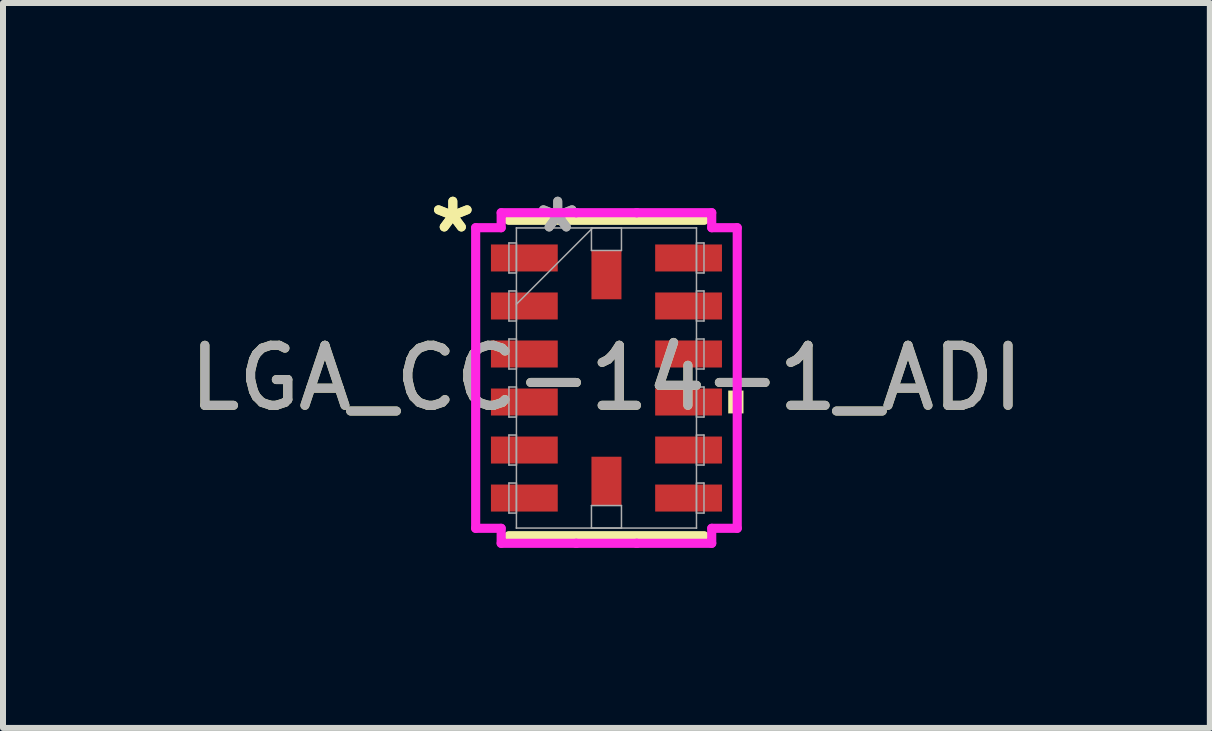
<source format=kicad_pcb>
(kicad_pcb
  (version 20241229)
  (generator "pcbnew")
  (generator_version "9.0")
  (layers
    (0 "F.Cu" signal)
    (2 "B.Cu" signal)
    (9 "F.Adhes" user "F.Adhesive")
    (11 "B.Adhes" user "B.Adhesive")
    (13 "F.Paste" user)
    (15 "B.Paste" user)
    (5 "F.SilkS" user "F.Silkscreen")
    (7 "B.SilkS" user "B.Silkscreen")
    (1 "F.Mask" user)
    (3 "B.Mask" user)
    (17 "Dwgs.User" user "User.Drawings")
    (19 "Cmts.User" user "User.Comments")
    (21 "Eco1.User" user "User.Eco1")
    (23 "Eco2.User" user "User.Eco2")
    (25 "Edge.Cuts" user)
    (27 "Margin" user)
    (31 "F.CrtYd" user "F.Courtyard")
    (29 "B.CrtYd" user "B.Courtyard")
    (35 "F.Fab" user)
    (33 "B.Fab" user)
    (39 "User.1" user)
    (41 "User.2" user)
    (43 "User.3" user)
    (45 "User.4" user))
  (footprint "LGA_CC-14-1_ADI"
    (layer "F.Cu")
    (at 7.054 3.248)
    (property "Reference" "LGA_CC-14-1_ADI" (at 0 0 0) (unlocked yes) (layer "F.SilkS") (effects (font (size 1 1) (thickness 0.15))))
    (attr smd)
    (fp_line (start -1.627 2.627) (end 1.627 2.627) (stroke (width 0.152) (type solid)) (layer "F.SilkS"))
    (fp_line (start 1.627 -2.627) (end -1.627 -2.627) (stroke (width 0.152) (type solid)) (layer "F.SilkS"))
    (fp_poly (pts (xy 2.283 0.209) (xy 2.283 0.59) (xy 2.029 0.59) (xy 2.029 0.209)) (stroke (width 0) (type solid)) (fill yes) (layer "F.SilkS"))
    (fp_line (start -2.179 -2.504) (end -1.754 -2.504) (stroke (width 0.152) (type solid)) (layer "F.CrtYd"))
    (fp_line (start -2.179 2.504) (end -2.179 -2.504) (stroke (width 0.152) (type solid)) (layer "F.CrtYd"))
    (fp_line (start -1.754 -2.754) (end -0.504 -2.754) (stroke (width 0.152) (type solid)) (layer "F.CrtYd"))
    (fp_line (start -1.754 -2.504) (end -1.754 -2.754) (stroke (width 0.152) (type solid)) (layer "F.CrtYd"))
    (fp_line (start -1.754 2.504) (end -2.179 2.504) (stroke (width 0.152) (type solid)) (layer "F.CrtYd"))
    (fp_line (start -1.754 2.754) (end -1.754 2.504) (stroke (width 0.152) (type solid)) (layer "F.CrtYd"))
    (fp_line (start -0.504 -2.754) (end -0.504 -2.754) (stroke (width 0.152) (type solid)) (layer "F.CrtYd"))
    (fp_line (start -0.504 -2.754) (end 0.504 -2.754) (stroke (width 0.152) (type solid)) (layer "F.CrtYd"))
    (fp_line (start -0.504 2.754) (end -1.754 2.754) (stroke (width 0.152) (type solid)) (layer "F.CrtYd"))
    (fp_line (start -0.504 2.754) (end -0.504 2.754) (stroke (width 0.152) (type solid)) (layer "F.CrtYd"))
    (fp_line (start 0.504 -2.754) (end 0.504 -2.754) (stroke (width 0.152) (type solid)) (layer "F.CrtYd"))
    (fp_line (start 0.504 -2.754) (end 1.754 -2.754) (stroke (width 0.152) (type solid)) (layer "F.CrtYd"))
    (fp_line (start 0.504 2.754) (end -0.504 2.754) (stroke (width 0.152) (type solid)) (layer "F.CrtYd"))
    (fp_line (start 0.504 2.754) (end 0.504 2.754) (stroke (width 0.152) (type solid)) (layer "F.CrtYd"))
    (fp_line (start 1.754 -2.754) (end 1.754 -2.504) (stroke (width 0.152) (type solid)) (layer "F.CrtYd"))
    (fp_line (start 1.754 -2.504) (end 2.179 -2.504) (stroke (width 0.152) (type solid)) (layer "F.CrtYd"))
    (fp_line (start 1.754 2.504) (end 1.754 2.754) (stroke (width 0.152) (type solid)) (layer "F.CrtYd"))
    (fp_line (start 1.754 2.754) (end 0.504 2.754) (stroke (width 0.152) (type solid)) (layer "F.CrtYd"))
    (fp_line (start 2.179 -2.504) (end 2.179 2.504) (stroke (width 0.152) (type solid)) (layer "F.CrtYd"))
    (fp_line (start 2.179 2.504) (end 1.754 2.504) (stroke (width 0.152) (type solid)) (layer "F.CrtYd"))
    (fp_line (start -1.625 -2.25) (end -1.625 -1.75) (stroke (width 0.025) (type solid)) (layer "F.Fab"))
    (fp_line (start -1.625 -1.75) (end -1.5 -1.75) (stroke (width 0.025) (type solid)) (layer "F.Fab"))
    (fp_line (start -1.625 -1.45) (end -1.625 -0.95) (stroke (width 0.025) (type solid)) (layer "F.Fab"))
    (fp_line (start -1.625 -0.95) (end -1.5 -0.95) (stroke (width 0.025) (type solid)) (layer "F.Fab"))
    (fp_line (start -1.625 -0.65) (end -1.625 -0.15) (stroke (width 0.025) (type solid)) (layer "F.Fab"))
    (fp_line (start -1.625 -0.15) (end -1.5 -0.15) (stroke (width 0.025) (type solid)) (layer "F.Fab"))
    (fp_line (start -1.625 0.15) (end -1.625 0.65) (stroke (width 0.025) (type solid)) (layer "F.Fab"))
    (fp_line (start -1.625 0.65) (end -1.5 0.65) (stroke (width 0.025) (type solid)) (layer "F.Fab"))
    (fp_line (start -1.625 0.95) (end -1.625 1.45) (stroke (width 0.025) (type solid)) (layer "F.Fab"))
    (fp_line (start -1.625 1.45) (end -1.5 1.45) (stroke (width 0.025) (type solid)) (layer "F.Fab"))
    (fp_line (start -1.625 1.75) (end -1.625 2.25) (stroke (width 0.025) (type solid)) (layer "F.Fab"))
    (fp_line (start -1.625 2.25) (end -1.5 2.25) (stroke (width 0.025) (type solid)) (layer "F.Fab"))
    (fp_line (start -1.5 -2.5) (end -1.5 -2.5) (stroke (width 0.025) (type solid)) (layer "F.Fab"))
    (fp_line (start -1.5 -2.5) (end -1.5 2.5) (stroke (width 0.025) (type solid)) (layer "F.Fab"))
    (fp_line (start -1.5 -2.25) (end -1.625 -2.25) (stroke (width 0.025) (type solid)) (layer "F.Fab"))
    (fp_line (start -1.5 -1.75) (end -1.5 -2.25) (stroke (width 0.025) (type solid)) (layer "F.Fab"))
    (fp_line (start -1.5 -1.45) (end -1.625 -1.45) (stroke (width 0.025) (type solid)) (layer "F.Fab"))
    (fp_line (start -1.5 -1.23) (end -0.23 -2.5) (stroke (width 0.025) (type solid)) (layer "F.Fab"))
    (fp_line (start -1.5 -0.95) (end -1.5 -1.45) (stroke (width 0.025) (type solid)) (layer "F.Fab"))
    (fp_line (start -1.5 -0.65) (end -1.625 -0.65) (stroke (width 0.025) (type solid)) (layer "F.Fab"))
    (fp_line (start -1.5 -0.15) (end -1.5 -0.65) (stroke (width 0.025) (type solid)) (layer "F.Fab"))
    (fp_line (start -1.5 0.15) (end -1.625 0.15) (stroke (width 0.025) (type solid)) (layer "F.Fab"))
    (fp_line (start -1.5 0.65) (end -1.5 0.15) (stroke (width 0.025) (type solid)) (layer "F.Fab"))
    (fp_line (start -1.5 0.95) (end -1.625 0.95) (stroke (width 0.025) (type solid)) (layer "F.Fab"))
    (fp_line (start -1.5 1.45) (end -1.5 0.95) (stroke (width 0.025) (type solid)) (layer "F.Fab"))
    (fp_line (start -1.5 1.75) (end -1.625 1.75) (stroke (width 0.025) (type solid)) (layer "F.Fab"))
    (fp_line (start -1.5 2.25) (end -1.5 1.75) (stroke (width 0.025) (type solid)) (layer "F.Fab"))
    (fp_line (start -1.5 2.5) (end -1.5 2.5) (stroke (width 0.025) (type solid)) (layer "F.Fab"))
    (fp_line (start -1.5 2.5) (end 1.5 2.5) (stroke (width 0.025) (type solid)) (layer "F.Fab"))
    (fp_line (start -0.25 -2.5) (end 0.25 -2.5) (stroke (width 0.025) (type solid)) (layer "F.Fab"))
    (fp_line (start -0.25 -2.125) (end -0.25 -2.5) (stroke (width 0.025) (type solid)) (layer "F.Fab"))
    (fp_line (start -0.25 2.125) (end 0.25 2.125) (stroke (width 0.025) (type solid)) (layer "F.Fab"))
    (fp_line (start -0.25 2.5) (end -0.25 2.125) (stroke (width 0.025) (type solid)) (layer "F.Fab"))
    (fp_line (start 0.25 -2.5) (end 0.25 -2.125) (stroke (width 0.025) (type solid)) (layer "F.Fab"))
    (fp_line (start 0.25 -2.125) (end -0.25 -2.125) (stroke (width 0.025) (type solid)) (layer "F.Fab"))
    (fp_line (start 0.25 2.125) (end 0.25 2.5) (stroke (width 0.025) (type solid)) (layer "F.Fab"))
    (fp_line (start 0.25 2.5) (end -0.25 2.5) (stroke (width 0.025) (type solid)) (layer "F.Fab"))
    (fp_line (start 1.5 -2.5) (end -1.5 -2.5) (stroke (width 0.025) (type solid)) (layer "F.Fab"))
    (fp_line (start 1.5 -2.5) (end 1.5 -2.5) (stroke (width 0.025) (type solid)) (layer "F.Fab"))
    (fp_line (start 1.5 -2.25) (end 1.5 -1.75) (stroke (width 0.025) (type solid)) (layer "F.Fab"))
    (fp_line (start 1.5 -1.75) (end 1.625 -1.75) (stroke (width 0.025) (type solid)) (layer "F.Fab"))
    (fp_line (start 1.5 -1.45) (end 1.5 -0.95) (stroke (width 0.025) (type solid)) (layer "F.Fab"))
    (fp_line (start 1.5 -0.95) (end 1.625 -0.95) (stroke (width 0.025) (type solid)) (layer "F.Fab"))
    (fp_line (start 1.5 -0.65) (end 1.5 -0.15) (stroke (width 0.025) (type solid)) (layer "F.Fab"))
    (fp_line (start 1.5 -0.15) (end 1.625 -0.15) (stroke (width 0.025) (type solid)) (layer "F.Fab"))
    (fp_line (start 1.5 0.15) (end 1.5 0.65) (stroke (width 0.025) (type solid)) (layer "F.Fab"))
    (fp_line (start 1.5 0.65) (end 1.625 0.65) (stroke (width 0.025) (type solid)) (layer "F.Fab"))
    (fp_line (start 1.5 0.95) (end 1.5 1.45) (stroke (width 0.025) (type solid)) (layer "F.Fab"))
    (fp_line (start 1.5 1.45) (end 1.625 1.45) (stroke (width 0.025) (type solid)) (layer "F.Fab"))
    (fp_line (start 1.5 1.75) (end 1.5 2.25) (stroke (width 0.025) (type solid)) (layer "F.Fab"))
    (fp_line (start 1.5 2.25) (end 1.625 2.25) (stroke (width 0.025) (type solid)) (layer "F.Fab"))
    (fp_line (start 1.5 2.5) (end 1.5 -2.5) (stroke (width 0.025) (type solid)) (layer "F.Fab"))
    (fp_line (start 1.5 2.5) (end 1.5 2.5) (stroke (width 0.025) (type solid)) (layer "F.Fab"))
    (fp_line (start 1.625 -2.25) (end 1.5 -2.25) (stroke (width 0.025) (type solid)) (layer "F.Fab"))
    (fp_line (start 1.625 -1.75) (end 1.625 -2.25) (stroke (width 0.025) (type solid)) (layer "F.Fab"))
    (fp_line (start 1.625 -1.45) (end 1.5 -1.45) (stroke (width 0.025) (type solid)) (layer "F.Fab"))
    (fp_line (start 1.625 -0.95) (end 1.625 -1.45) (stroke (width 0.025) (type solid)) (layer "F.Fab"))
    (fp_line (start 1.625 -0.65) (end 1.5 -0.65) (stroke (width 0.025) (type solid)) (layer "F.Fab"))
    (fp_line (start 1.625 -0.15) (end 1.625 -0.65) (stroke (width 0.025) (type solid)) (layer "F.Fab"))
    (fp_line (start 1.625 0.15) (end 1.5 0.15) (stroke (width 0.025) (type solid)) (layer "F.Fab"))
    (fp_line (start 1.625 0.65) (end 1.625 0.15) (stroke (width 0.025) (type solid)) (layer "F.Fab"))
    (fp_line (start 1.625 0.95) (end 1.5 0.95) (stroke (width 0.025) (type solid)) (layer "F.Fab"))
    (fp_line (start 1.625 1.45) (end 1.625 0.95) (stroke (width 0.025) (type solid)) (layer "F.Fab"))
    (fp_line (start 1.625 1.75) (end 1.5 1.75) (stroke (width 0.025) (type solid)) (layer "F.Fab"))
    (fp_line (start 1.625 2.25) (end 1.625 1.75) (stroke (width 0.025) (type solid)) (layer "F.Fab"))
    (fp_text user "*" (at -2.56 -2.4 0) (layer "F.SilkS") (effects (font (size 1 1) (thickness 0.15))))
    (fp_text user "*" (at -2.56 -2.4 0) (unlocked yes) (layer "F.SilkS") (effects (font (size 1 1) (thickness 0.15))))
    (fp_text user "*" (at -0.812 -2.4 0) (unlocked yes) (layer "F.Fab") (effects (font (size 1 1) (thickness 0.15))))
    (fp_text user "*" (at -0.812 -2.4 0) (layer "F.Fab") (effects (font (size 1 1) (thickness 0.15))))
    (fp_text user "${REFERENCE}" (at 0 0 0) (unlocked yes) (layer "F.Fab") (effects (font (size 1 1) (thickness 0.15))))
    (pad "1" smd rect (at -1.368 -2 90) (size 0.45 1.113) (layers "F.Cu" "F.Mask" "F.Paste"))
    (pad "2" smd rect (at -1.368 -1.2 90) (size 0.45 1.113) (layers "F.Cu" "F.Mask" "F.Paste"))
    (pad "3" smd rect (at -1.368 -0.4 90) (size 0.45 1.113) (layers "F.Cu" "F.Mask" "F.Paste"))
    (pad "4" smd rect (at -1.368 0.4 90) (size 0.45 1.113) (layers "F.Cu" "F.Mask" "F.Paste"))
    (pad "5" smd rect (at -1.368 1.2 90) (size 0.45 1.113) (layers "F.Cu" "F.Mask" "F.Paste"))
    (pad "6" smd rect (at -1.368 2 90) (size 0.45 1.113) (layers "F.Cu" "F.Mask" "F.Paste"))
    (pad "7" smd rect (at 0 1.718) (size 0.5 0.813) (layers "F.Cu" "F.Mask" "F.Paste"))
    (pad "8" smd rect (at 1.368 2 90) (size 0.45 1.113) (layers "F.Cu" "F.Mask" "F.Paste"))
    (pad "9" smd rect (at 1.368 1.2 90) (size 0.45 1.113) (layers "F.Cu" "F.Mask" "F.Paste"))
    (pad "10" smd rect (at 1.368 0.4 90) (size 0.45 1.113) (layers "F.Cu" "F.Mask" "F.Paste"))
    (pad "11" smd rect (at 1.368 -0.4 90) (size 0.45 1.113) (layers "F.Cu" "F.Mask" "F.Paste"))
    (pad "12" smd rect (at 1.368 -1.2 90) (size 0.45 1.113) (layers "F.Cu" "F.Mask" "F.Paste"))
    (pad "13" smd rect (at 1.368 -2 90) (size 0.45 1.113) (layers "F.Cu" "F.Mask" "F.Paste"))
    (pad "14" smd rect (at 0 -1.718) (size 0.5 0.813) (layers "F.Cu" "F.Mask" "F.Paste")))
  (gr_rect
    (start -3 -3)
    (end 17.107 9.078)
    (stroke (width 0.1) (type default))
    (fill no)
    (layer "Edge.Cuts")))
</source>
